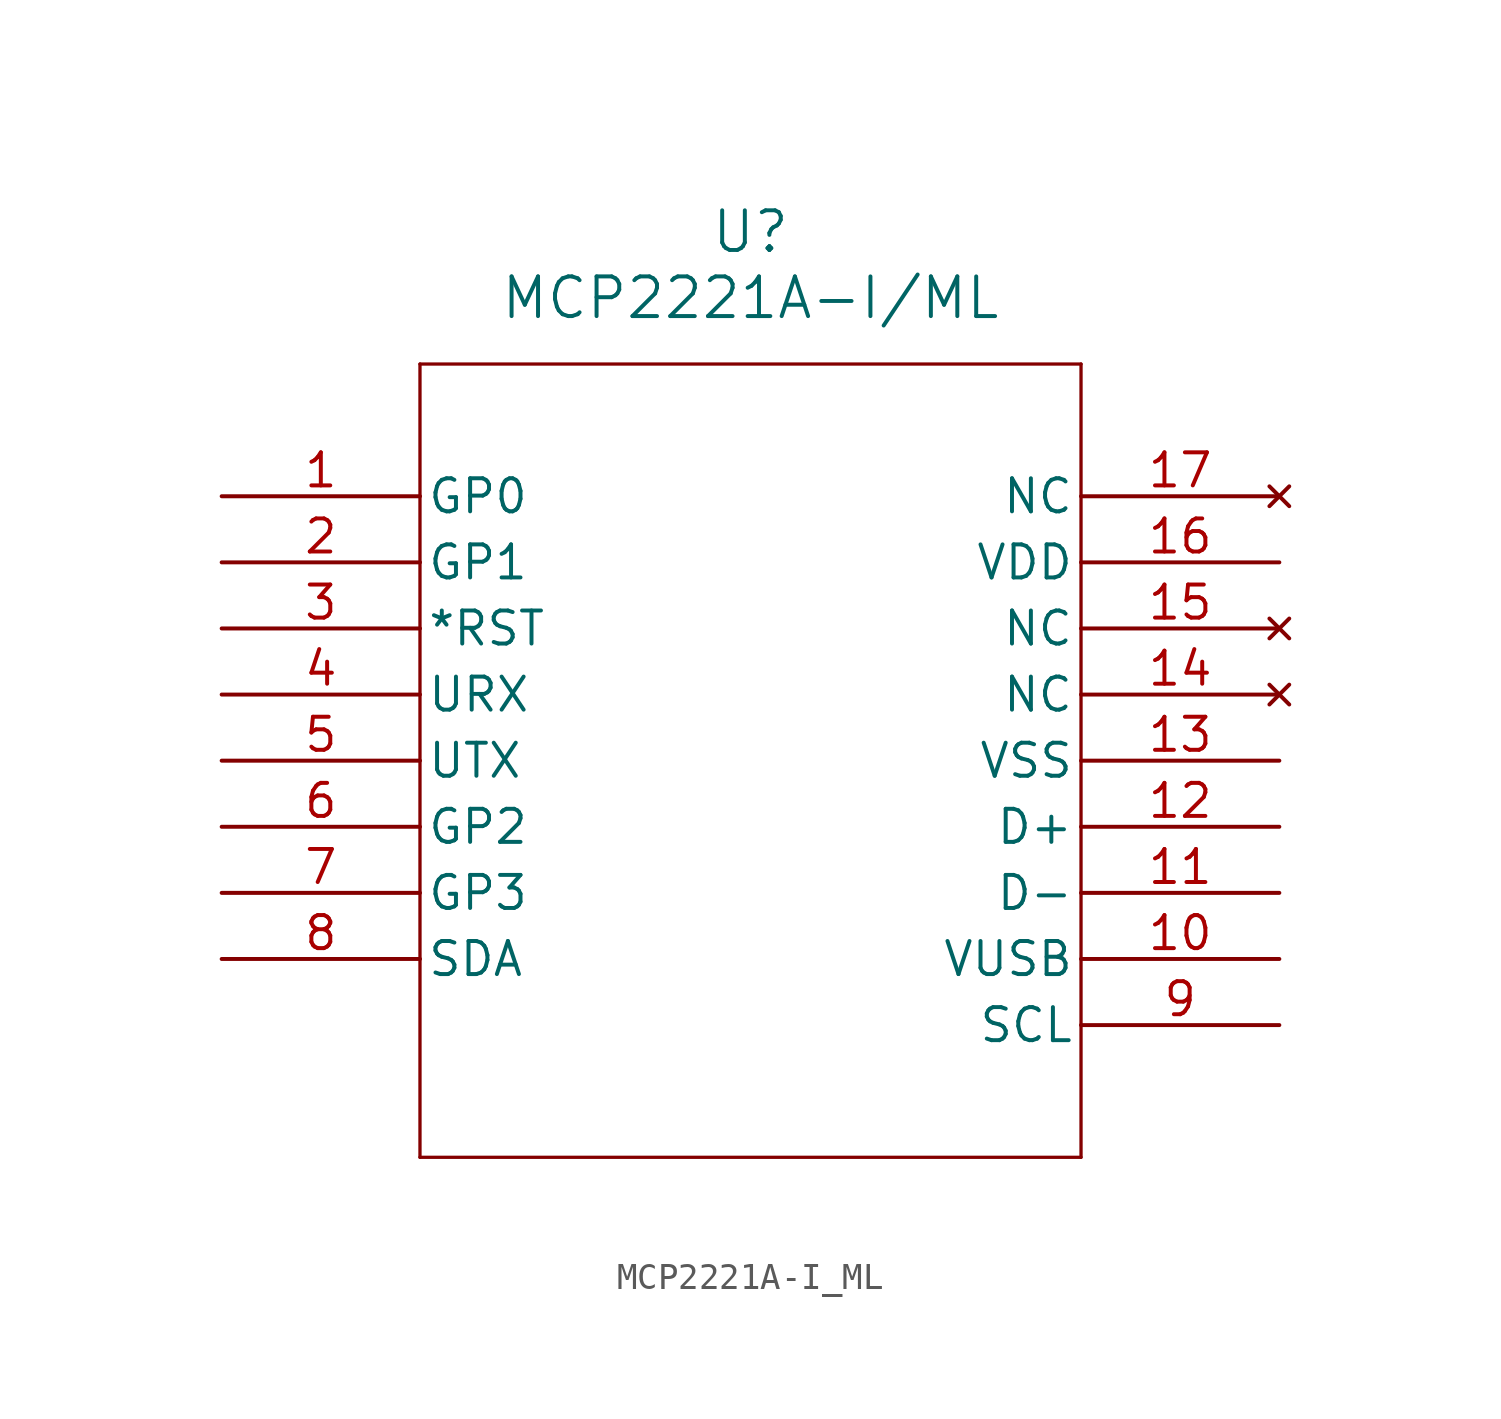
<source format=kicad_sym>
(kicad_symbol_lib
  (version 20211014)
  (generator kicad_symbol_editor)
  (symbol "MCP2221A-I_ML"
    (pin_names
      (offset 0.254))
    (property "Reference" "U"
      (at 20.32 10.16 0)
      (effects (font (size 1.524 1.524))))
    (property "Value" "MCP2221A-I/ML"
      (at 20.32 7.62 0)
      (effects (font (size 1.524 1.524))))
    (symbol "MCP2221A-I_ML_0_1"
      (polyline (pts (xy 7.62 5.08) (xy 7.62 -25.4)) (stroke (width 0.127) (type default) (color 0 0 0 0)) (fill (type none)))
      (polyline (pts (xy 7.62 -25.4) (xy 33.02 -25.4)) (stroke (width 0.127) (type default) (color 0 0 0 0)) (fill (type none)))
      (polyline (pts (xy 33.02 -25.4) (xy 33.02 5.08)) (stroke (width 0.127) (type default) (color 0 0 0 0)) (fill (type none)))
      (polyline (pts (xy 33.02 5.08) (xy 7.62 5.08)) (stroke (width 0.127) (type default) (color 0 0 0 0)) (fill (type none)))
      (pin bidirectional line (at 0 0 0) (length 7.62) (name "GP0" (effects (font (size 1.27 1.27)))) (number "1" (effects (font (size 1.27 1.27)))))
      (pin bidirectional line (at 0 -2.54 0) (length 7.62) (name "GP1" (effects (font (size 1.27 1.27)))) (number "2" (effects (font (size 1.27 1.27)))))
      (pin input line (at 0 -5.08 0) (length 7.62) (name "*RST" (effects (font (size 1.27 1.27)))) (number "3" (effects (font (size 1.27 1.27)))))
      (pin input line (at 0 -7.62 0) (length 7.62) (name "URX" (effects (font (size 1.27 1.27)))) (number "4" (effects (font (size 1.27 1.27)))))
      (pin output line (at 0 -10.16 0) (length 7.62) (name "UTX" (effects (font (size 1.27 1.27)))) (number "5" (effects (font (size 1.27 1.27)))))
      (pin bidirectional line (at 0 -12.7 0) (length 7.62) (name "GP2" (effects (font (size 1.27 1.27)))) (number "6" (effects (font (size 1.27 1.27)))))
      (pin bidirectional line (at 0 -15.24 0) (length 7.62) (name "GP3" (effects (font (size 1.27 1.27)))) (number "7" (effects (font (size 1.27 1.27)))))
      (pin bidirectional line (at 0 -17.78 0) (length 7.62) (name "SDA" (effects (font (size 1.27 1.27)))) (number "8" (effects (font (size 1.27 1.27)))))
      (pin bidirectional line (at 40.64 -20.32 180) (length 7.62) (name "SCL" (effects (font (size 1.27 1.27)))) (number "9" (effects (font (size 1.27 1.27)))))
      (pin power_in line (at 40.64 -17.78 180) (length 7.62) (name "VUSB" (effects (font (size 1.27 1.27)))) (number "10" (effects (font (size 1.27 1.27)))))
      (pin bidirectional line (at 40.64 -15.24 180) (length 7.62) (name "D-" (effects (font (size 1.27 1.27)))) (number "11" (effects (font (size 1.27 1.27)))))
      (pin bidirectional line (at 40.64 -12.7 180) (length 7.62) (name "D+" (effects (font (size 1.27 1.27)))) (number "12" (effects (font (size 1.27 1.27)))))
      (pin power_out line (at 40.64 -10.16 180) (length 7.62) (name "VSS" (effects (font (size 1.27 1.27)))) (number "13" (effects (font (size 1.27 1.27)))))
      (pin no_connect line (at 40.64 -7.62 180) (length 7.62) (name "NC" (effects (font (size 1.27 1.27)))) (number "14" (effects (font (size 1.27 1.27)))))
      (pin no_connect line (at 40.64 -5.08 180) (length 7.62) (name "NC" (effects (font (size 1.27 1.27)))) (number "15" (effects (font (size 1.27 1.27)))))
      (pin power_in line (at 40.64 -2.54 180) (length 7.62) (name "VDD" (effects (font (size 1.27 1.27)))) (number "16" (effects (font (size 1.27 1.27)))))
      (pin no_connect line (at 40.64 0 180) (length 7.62) (name "NC" (effects (font (size 1.27 1.27)))) (number "17" (effects (font (size 1.27 1.27))))))))
</source>
